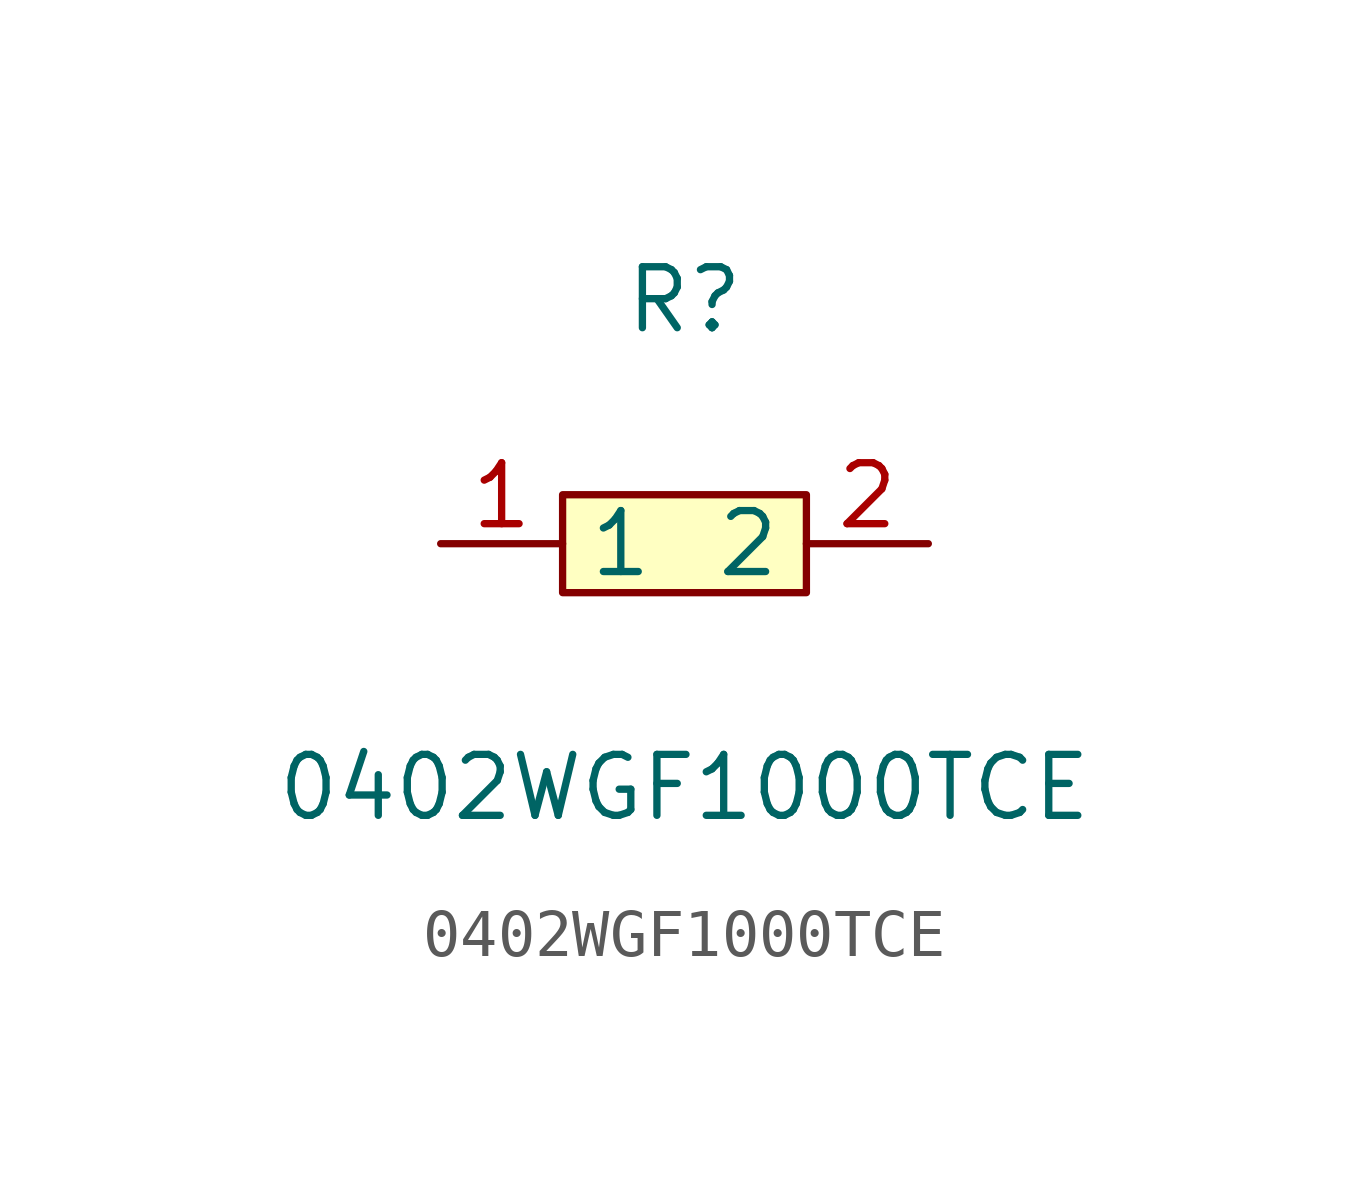
<source format=kicad_sym>
(kicad_symbol_lib
  (version 1)
  (generator "faebryk")
  (symbol "0402WGF1000TCE"
    (property "Reference" "R"
      (at 0 5.08 0)
      (effects (font (size 1.27 1.27)) (hide no)))
    (property "Value" "0402WGF1000TCE"
      (at 0 -5.08 0)
      (effects (font (size 1.27 1.27)) (hide no)))
    (symbol "0402WGF1000TCE_0_1"
      (rectangle (start -2.54 1.02) (end 2.54 -1.02) (stroke (width 0) (type default) (color 0 0 0 0)) (fill (type background)))
      (pin input line (at 5.08 0 180) (length 2.54) (name "2" (effects (font (size 1.27 1.27)) (hide no))) (number "2" (effects (font (size 1.27 1.27)) (hide no))))
      (pin input line (at -5.08 0 0) (length 2.54) (name "1" (effects (font (size 1.27 1.27)) (hide no))) (number "1" (effects (font (size 1.27 1.27)) (hide no)))))))
</source>
